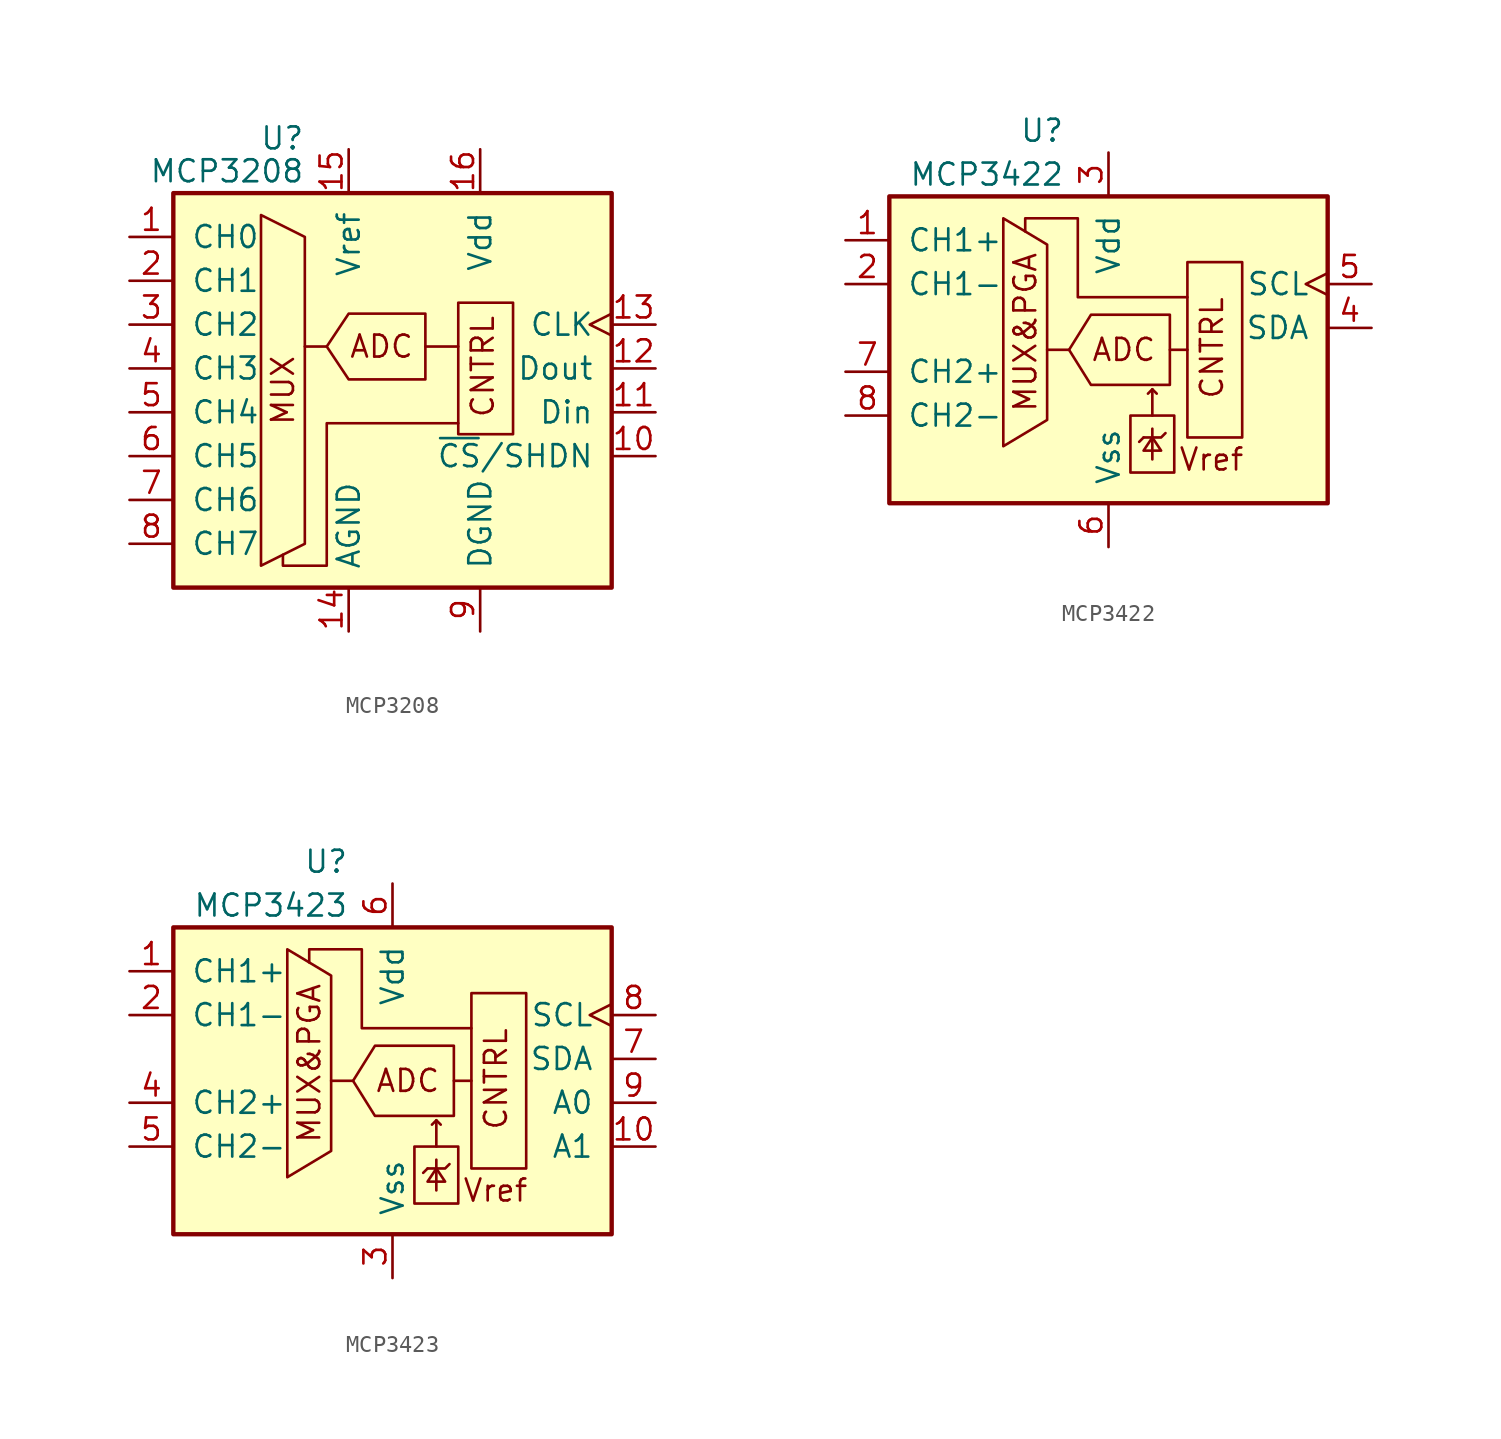
<source format=kicad_sym>
(kicad_symbol_lib
  (version 20211014)
  (generator kicad_symbol_editor)
  (symbol "MCP3208"
    (pin_names
      (offset 1.016))
    (property "Reference" "U"
      (at -5.08 13.335 0)
      (effects (font (size 1.27 1.27)) (justify right)))
    (property "Value" "MCP3208"
      (at -5.08 11.43 0)
      (effects (font (size 1.27 1.27)) (justify right)))
    (symbol "MCP3208_0_0"
      (text "ADC" (at -0.635 1.27 0) (effects (font (size 1.27 1.27))))
      (text "CNTRL" (at 5.969 -2.921 900) (effects (font (size 1.27 1.27)) (justify left bottom)))
      (text "MUX" (at -6.35 -1.27 900) (effects (font (size 1.27 1.27)))))
    (symbol "MCP3208_0_1"
      (polyline (pts (xy -3.81 1.27) (xy -5.08 1.27)) (stroke (width 0) (type default) (color 0 0 0 0)) (fill (type none)))
      (polyline (pts (xy 1.905 1.27) (xy 3.81 1.27)) (stroke (width 0) (type default) (color 0 0 0 0)) (fill (type none)))
      (polyline (pts (xy -7.62 8.89) (xy -7.62 -11.43) (xy -5.08 -10.16) (xy -5.08 7.62) (xy -7.62 8.89)) (stroke (width 0) (type default) (color 0 0 0 0)) (fill (type none)))
      (polyline (pts (xy 3.81 -3.175) (xy -3.81 -3.175) (xy -3.81 -11.43) (xy -6.35 -11.43) (xy -6.35 -10.795)) (stroke (width 0) (type default) (color 0 0 0 0)) (fill (type none)))
      (polyline (pts (xy 1.905 3.175) (xy 1.905 -0.635) (xy -2.54 -0.635) (xy -3.81 1.27) (xy -2.54 3.175) (xy 1.905 3.175)) (stroke (width 0) (type default) (color 0 0 0 0)) (fill (type none)))
      (rectangle (start 3.81 -3.81) (end 6.985 3.81) (stroke (width 0) (type default) (color 0 0 0 0)) (fill (type none)))
      (rectangle (start 12.7 -12.7) (end -12.7 10.16) (stroke (width 0.254) (type default) (color 0 0 0 0)) (fill (type background))))
    (symbol "MCP3208_1_1"
      (pin input line (at -15.24 7.62 0) (length 2.54) (name "CH0" (effects (font (size 1.27 1.27)))) (number "1" (effects (font (size 1.27 1.27)))))
      (pin input line (at 15.24 -5.08 180) (length 2.54) (name "~{CS}/SHDN" (effects (font (size 1.27 1.27)))) (number "10" (effects (font (size 1.27 1.27)))))
      (pin input line (at 15.24 -2.54 180) (length 2.54) (name "Din" (effects (font (size 1.27 1.27)))) (number "11" (effects (font (size 1.27 1.27)))))
      (pin output line (at 15.24 0 180) (length 2.54) (name "Dout" (effects (font (size 1.27 1.27)))) (number "12" (effects (font (size 1.27 1.27)))))
      (pin input clock (at 15.24 2.54 180) (length 2.54) (name "CLK" (effects (font (size 1.27 1.27)))) (number "13" (effects (font (size 1.27 1.27)))))
      (pin power_in line (at -2.54 -15.24 90) (length 2.54) (name "AGND" (effects (font (size 1.27 1.27)))) (number "14" (effects (font (size 1.27 1.27)))))
      (pin power_in line (at -2.54 12.7 270) (length 2.54) (name "Vref" (effects (font (size 1.27 1.27)))) (number "15" (effects (font (size 1.27 1.27)))))
      (pin power_in line (at 5.08 12.7 270) (length 2.54) (name "Vdd" (effects (font (size 1.27 1.27)))) (number "16" (effects (font (size 1.27 1.27)))))
      (pin input line (at -15.24 5.08 0) (length 2.54) (name "CH1" (effects (font (size 1.27 1.27)))) (number "2" (effects (font (size 1.27 1.27)))))
      (pin input line (at -15.24 2.54 0) (length 2.54) (name "CH2" (effects (font (size 1.27 1.27)))) (number "3" (effects (font (size 1.27 1.27)))))
      (pin input line (at -15.24 0 0) (length 2.54) (name "CH3" (effects (font (size 1.27 1.27)))) (number "4" (effects (font (size 1.27 1.27)))))
      (pin input line (at -15.24 -2.54 0) (length 2.54) (name "CH4" (effects (font (size 1.27 1.27)))) (number "5" (effects (font (size 1.27 1.27)))))
      (pin input line (at -15.24 -5.08 0) (length 2.54) (name "CH5" (effects (font (size 1.27 1.27)))) (number "6" (effects (font (size 1.27 1.27)))))
      (pin input line (at -15.24 -7.62 0) (length 2.54) (name "CH6" (effects (font (size 1.27 1.27)))) (number "7" (effects (font (size 1.27 1.27)))))
      (pin input line (at -15.24 -10.16 0) (length 2.54) (name "CH7" (effects (font (size 1.27 1.27)))) (number "8" (effects (font (size 1.27 1.27)))))
      (pin power_in line (at 5.08 -15.24 90) (length 2.54) (name "DGND" (effects (font (size 1.27 1.27)))) (number "9" (effects (font (size 1.27 1.27)))))))
  (symbol "MCP3422"
    (pin_names
      (offset 1.016))
    (property "Reference" "U"
      (at -2.54 11.43 0)
      (effects (font (size 1.27 1.27)) (justify right)))
    (property "Value" "MCP3422"
      (at -2.54 8.89 0)
      (effects (font (size 1.27 1.27)) (justify right)))
    (symbol "MCP3422_0_0"
      (polyline (pts (xy -6.096 6.35) (xy -3.556 4.826) (xy -3.556 -5.334) (xy -6.096 -6.858) (xy -6.096 6.35)) (stroke (width 0) (type default) (color 0 0 0 0)) (fill (type none)))
      (polyline (pts (xy 4.572 1.778) (xy -1.778 1.778) (xy -1.778 6.35) (xy -4.826 6.35) (xy -4.826 5.588)) (stroke (width 0) (type default) (color 0 0 0 0)) (fill (type none)))
      (polyline (pts (xy 3.556 0.762) (xy 3.556 -3.302) (xy -1.016 -3.302) (xy -2.286 -1.27) (xy -1.016 0.762) (xy 3.556 0.762)) (stroke (width 0) (type default) (color 0 0 0 0)) (fill (type none)))
      (text "ADC" (at 0.889 -1.27 0) (effects (font (size 1.27 1.27))))
      (text "CNTRL" (at 6.731 -4.191 900) (effects (font (size 1.27 1.27)) (justify left bottom)))
      (text "MUX&PGA" (at -4.826 -0.254 900) (effects (font (size 1.27 1.27))))
      (text "Vref" (at 5.969 -7.62 0) (effects (font (size 1.27 1.27)))))
    (symbol "MCP3422_0_1"
      (polyline (pts (xy -3.556 -1.27) (xy -2.286 -1.27)) (stroke (width 0) (type default) (color 0 0 0 0)) (fill (type none)))
      (polyline (pts (xy 2.032 -6.35) (xy 1.778 -6.604)) (stroke (width 0) (type default) (color 0 0 0 0)) (fill (type none)))
      (polyline (pts (xy 2.54 -5.842) (xy 2.54 -7.62)) (stroke (width 0) (type default) (color 0 0 0 0)) (fill (type none)))
      (polyline (pts (xy 2.54 -3.556) (xy 2.794 -3.81)) (stroke (width 0) (type default) (color 0 0 0 0)) (fill (type none)))
      (polyline (pts (xy 3.556 -1.27) (xy 4.572 -1.27)) (stroke (width 0) (type default) (color 0 0 0 0)) (fill (type none)))
      (polyline (pts (xy 2.032 -6.35) (xy 3.048 -6.35) (xy 3.302 -6.096)) (stroke (width 0) (type default) (color 0 0 0 0)) (fill (type none)))
      (polyline (pts (xy 2.54 -5.08) (xy 2.54 -3.556) (xy 2.286 -3.81)) (stroke (width 0) (type default) (color 0 0 0 0)) (fill (type none)))
      (polyline (pts (xy 2.54 -6.35) (xy 2.032 -7.112) (xy 3.048 -7.112) (xy 2.54 -6.35)) (stroke (width 0) (type default) (color 0 0 0 0)) (fill (type none)))
      (rectangle (start 1.27 -5.08) (end 3.81 -8.382) (stroke (width 0) (type default) (color 0 0 0 0)) (fill (type none)))
      (rectangle (start 4.572 -6.35) (end 7.747 3.81) (stroke (width 0) (type default) (color 0 0 0 0)) (fill (type none)))
      (rectangle (start 12.7 7.62) (end -12.7 -10.16) (stroke (width 0.254) (type default) (color 0 0 0 0)) (fill (type background))))
    (symbol "MCP3422_1_1"
      (pin input line (at -15.24 5.08 0) (length 2.54) (name "CH1+" (effects (font (size 1.27 1.27)))) (number "1" (effects (font (size 1.27 1.27)))))
      (pin input line (at -15.24 2.54 0) (length 2.54) (name "CH1-" (effects (font (size 1.27 1.27)))) (number "2" (effects (font (size 1.27 1.27)))))
      (pin power_in line (at 0 10.16 270) (length 2.54) (name "Vdd" (effects (font (size 1.27 1.27)))) (number "3" (effects (font (size 1.27 1.27)))))
      (pin bidirectional line (at 15.24 0 180) (length 2.54) (name "SDA" (effects (font (size 1.27 1.27)))) (number "4" (effects (font (size 1.27 1.27)))))
      (pin input clock (at 15.24 2.54 180) (length 2.54) (name "SCL" (effects (font (size 1.27 1.27)))) (number "5" (effects (font (size 1.27 1.27)))))
      (pin power_in line (at 0 -12.7 90) (length 2.54) (name "Vss" (effects (font (size 1.27 1.27)))) (number "6" (effects (font (size 1.27 1.27)))))
      (pin input line (at -15.24 -2.54 0) (length 2.54) (name "CH2+" (effects (font (size 1.27 1.27)))) (number "7" (effects (font (size 1.27 1.27)))))
      (pin input line (at -15.24 -5.08 0) (length 2.54) (name "CH2-" (effects (font (size 1.27 1.27)))) (number "8" (effects (font (size 1.27 1.27)))))))
  (symbol "MCP3423"
    (pin_names
      (offset 1.016))
    (property "Reference" "U"
      (at -2.54 11.43 0)
      (effects (font (size 1.27 1.27)) (justify right)))
    (property "Value" "MCP3423"
      (at -2.54 8.89 0)
      (effects (font (size 1.27 1.27)) (justify right)))
    (symbol "MCP3423_0_0"
      (polyline (pts (xy -6.096 6.35) (xy -3.556 4.826) (xy -3.556 -5.334) (xy -6.096 -6.858) (xy -6.096 6.35)) (stroke (width 0) (type default) (color 0 0 0 0)) (fill (type none)))
      (polyline (pts (xy 4.572 1.778) (xy -1.778 1.778) (xy -1.778 6.35) (xy -4.826 6.35) (xy -4.826 5.588)) (stroke (width 0) (type default) (color 0 0 0 0)) (fill (type none)))
      (polyline (pts (xy 3.556 0.762) (xy 3.556 -3.302) (xy -1.016 -3.302) (xy -2.286 -1.27) (xy -1.016 0.762) (xy 3.556 0.762)) (stroke (width 0) (type default) (color 0 0 0 0)) (fill (type none)))
      (text "ADC" (at 0.889 -1.27 0) (effects (font (size 1.27 1.27))))
      (text "CNTRL" (at 6.731 -4.191 900) (effects (font (size 1.27 1.27)) (justify left bottom)))
      (text "MUX&PGA" (at -4.826 -0.254 900) (effects (font (size 1.27 1.27))))
      (text "Vref" (at 5.969 -7.62 0) (effects (font (size 1.27 1.27)))))
    (symbol "MCP3423_0_1"
      (polyline (pts (xy -3.556 -1.27) (xy -2.286 -1.27)) (stroke (width 0) (type default) (color 0 0 0 0)) (fill (type none)))
      (polyline (pts (xy 2.032 -6.35) (xy 1.778 -6.604)) (stroke (width 0) (type default) (color 0 0 0 0)) (fill (type none)))
      (polyline (pts (xy 2.54 -5.842) (xy 2.54 -7.62)) (stroke (width 0) (type default) (color 0 0 0 0)) (fill (type none)))
      (polyline (pts (xy 2.54 -3.556) (xy 2.794 -3.81)) (stroke (width 0) (type default) (color 0 0 0 0)) (fill (type none)))
      (polyline (pts (xy 3.556 -1.27) (xy 4.572 -1.27)) (stroke (width 0) (type default) (color 0 0 0 0)) (fill (type none)))
      (polyline (pts (xy 2.032 -6.35) (xy 3.048 -6.35) (xy 3.302 -6.096)) (stroke (width 0) (type default) (color 0 0 0 0)) (fill (type none)))
      (polyline (pts (xy 2.54 -5.08) (xy 2.54 -3.556) (xy 2.286 -3.81)) (stroke (width 0) (type default) (color 0 0 0 0)) (fill (type none)))
      (polyline (pts (xy 2.54 -6.35) (xy 2.032 -7.112) (xy 3.048 -7.112) (xy 2.54 -6.35)) (stroke (width 0) (type default) (color 0 0 0 0)) (fill (type none)))
      (rectangle (start 1.27 -5.08) (end 3.81 -8.382) (stroke (width 0) (type default) (color 0 0 0 0)) (fill (type none)))
      (rectangle (start 4.572 -6.35) (end 7.747 3.81) (stroke (width 0) (type default) (color 0 0 0 0)) (fill (type none)))
      (rectangle (start 12.7 7.62) (end -12.7 -10.16) (stroke (width 0.254) (type default) (color 0 0 0 0)) (fill (type background))))
    (symbol "MCP3423_1_1"
      (pin input line (at -15.24 5.08 0) (length 2.54) (name "CH1+" (effects (font (size 1.27 1.27)))) (number "1" (effects (font (size 1.27 1.27)))))
      (pin input line (at 15.24 -5.08 180) (length 2.54) (name "A1" (effects (font (size 1.27 1.27)))) (number "10" (effects (font (size 1.27 1.27)))))
      (pin input line (at -15.24 2.54 0) (length 2.54) (name "CH1-" (effects (font (size 1.27 1.27)))) (number "2" (effects (font (size 1.27 1.27)))))
      (pin power_in line (at 0 -12.7 90) (length 2.54) (name "Vss" (effects (font (size 1.27 1.27)))) (number "3" (effects (font (size 1.27 1.27)))))
      (pin input line (at -15.24 -2.54 0) (length 2.54) (name "CH2+" (effects (font (size 1.27 1.27)))) (number "4" (effects (font (size 1.27 1.27)))))
      (pin input line (at -15.24 -5.08 0) (length 2.54) (name "CH2-" (effects (font (size 1.27 1.27)))) (number "5" (effects (font (size 1.27 1.27)))))
      (pin power_in line (at 0 10.16 270) (length 2.54) (name "Vdd" (effects (font (size 1.27 1.27)))) (number "6" (effects (font (size 1.27 1.27)))))
      (pin bidirectional line (at 15.24 0 180) (length 2.54) (name "SDA" (effects (font (size 1.27 1.27)))) (number "7" (effects (font (size 1.27 1.27)))))
      (pin input clock (at 15.24 2.54 180) (length 2.54) (name "SCL" (effects (font (size 1.27 1.27)))) (number "8" (effects (font (size 1.27 1.27)))))
      (pin input line (at 15.24 -2.54 180) (length 2.54) (name "A0" (effects (font (size 1.27 1.27)))) (number "9" (effects (font (size 1.27 1.27))))))))
</source>
